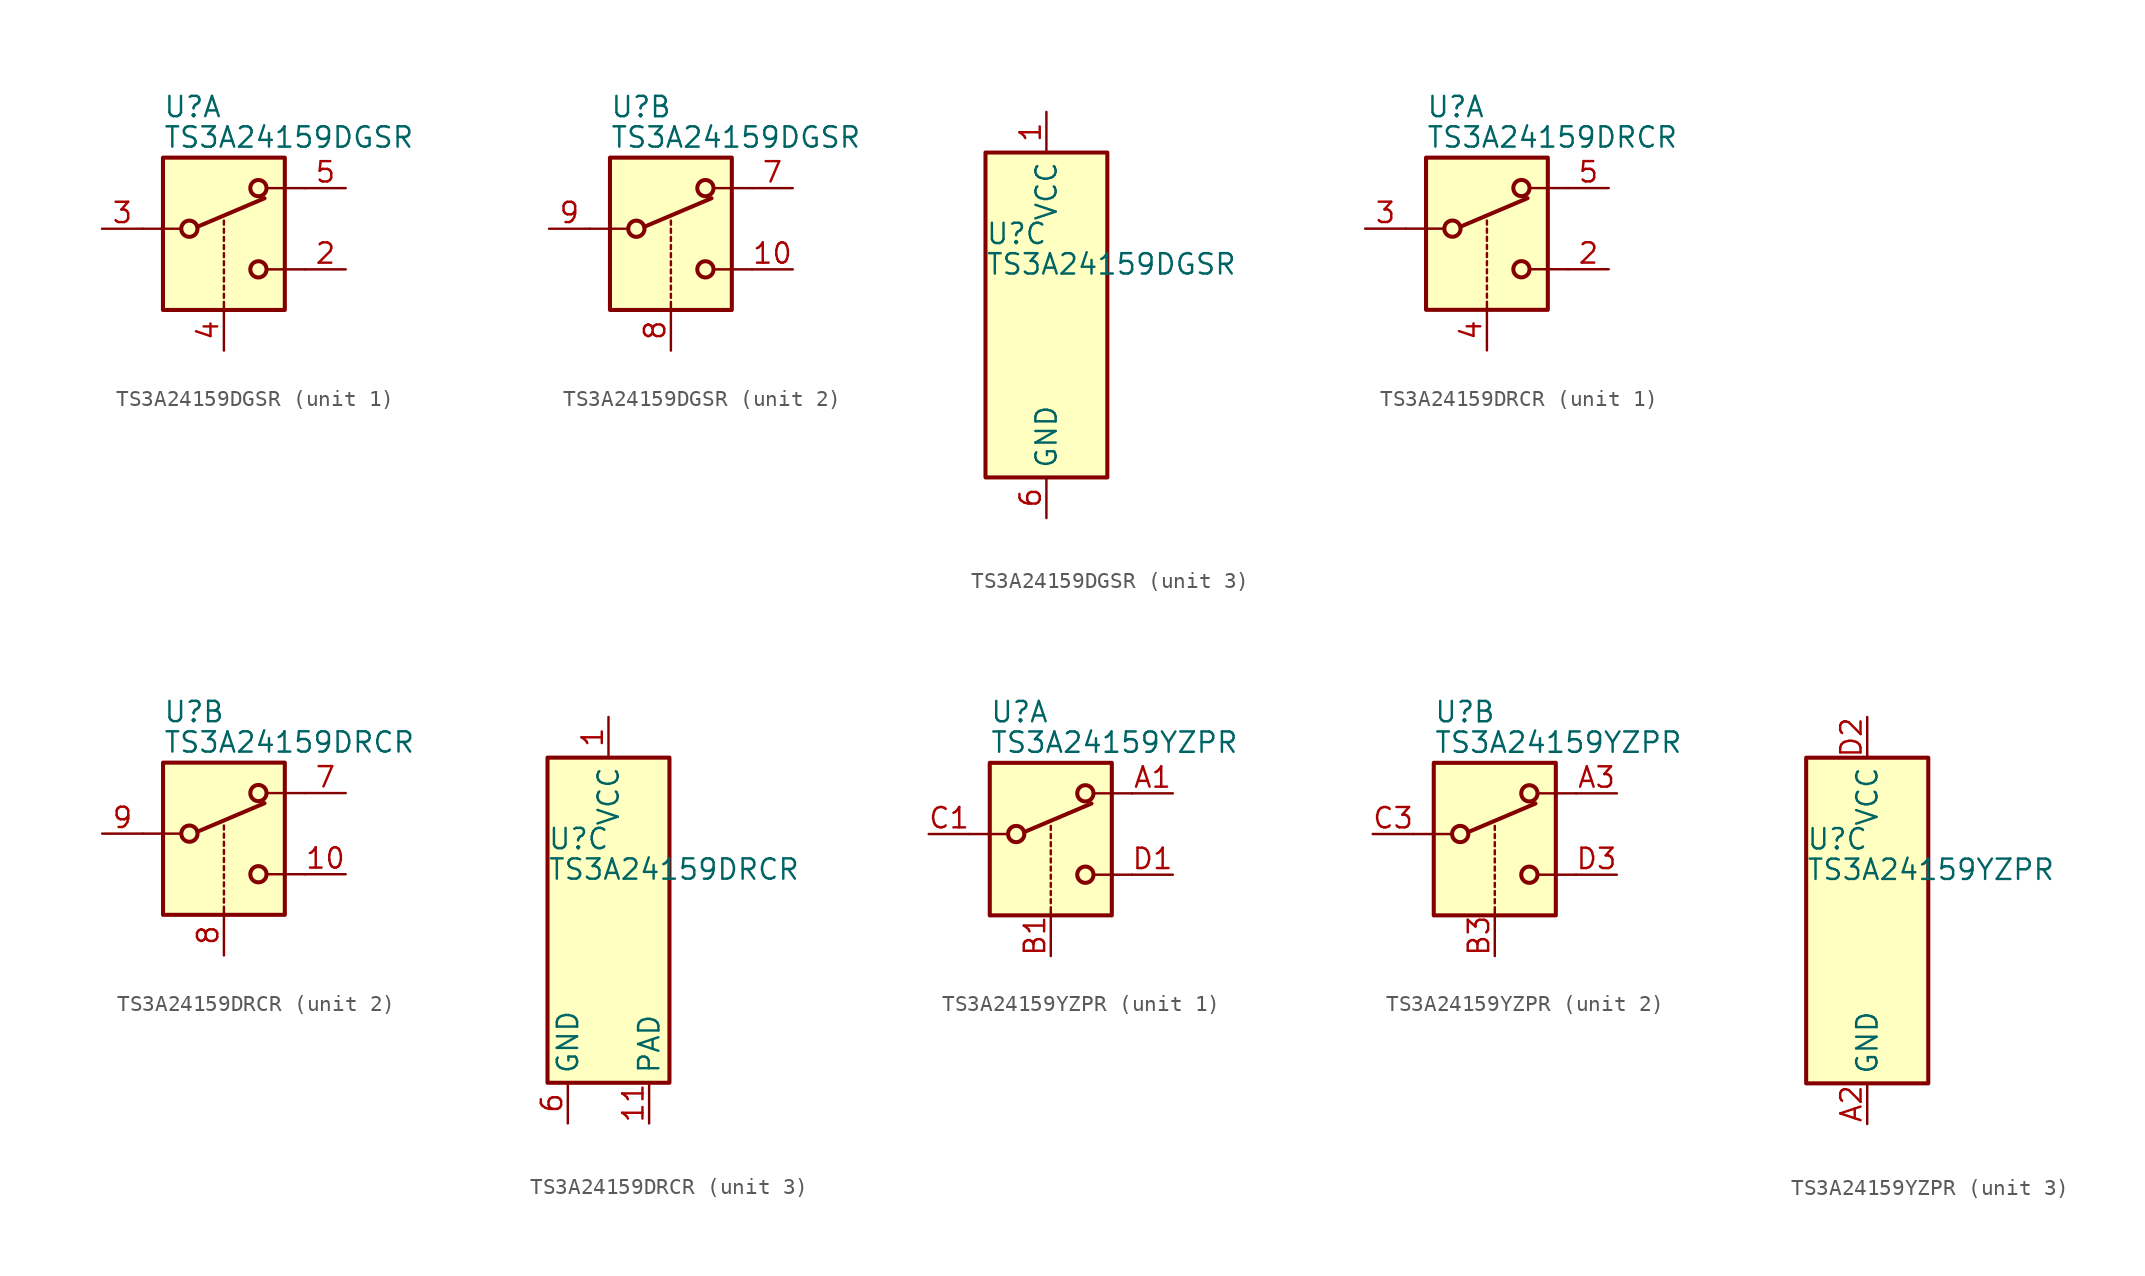
<source format=kicad_sym>
(kicad_symbol_lib
  (version 20201005)
  (generator kicad_symbol_editor)
  (symbol "Analog_Switch:TS3A24159DGSR"
    (property "Reference" "U"
      (at -3.81 5.08 0)
      (effects (font (size 1.27 1.27)) (justify left)))
    (property "Value" "TS3A24159DGSR"
      (at -3.81 3.175 0)
      (effects (font (size 1.27 1.27)) (justify left)))
    (property "ki_locked" ""
      (at 0 0 0)
      (effects (font (size 1.27 1.27))))
    (symbol "TS3A24159DGSR_1_1"
      (circle (center -2.159 -2.54) (radius 0.508) (stroke (width 0.254)) (fill (type none)))
      (circle (center 2.159 -5.08) (radius 0.508) (stroke (width 0.254)) (fill (type none)))
      (circle (center 2.159 0) (radius 0.508) (stroke (width 0.254)) (fill (type none)))
      (rectangle (start -3.81 1.905) (end 3.81 -7.62) (stroke (width 0.254)) (fill (type background)))
      (polyline (pts (xy -5.08 -2.54) (xy -2.794 -2.54)) (stroke (width 0)) (fill (type none)))
      (polyline (pts (xy -1.651 -2.413) (xy 2.54 -0.635)) (stroke (width 0.254)) (fill (type none)))
      (polyline (pts (xy 0 -7.62) (xy 0 -7.112)) (stroke (width 0)) (fill (type none)))
      (polyline (pts (xy 0 -6.858) (xy 0 -6.604)) (stroke (width 0)) (fill (type none)))
      (polyline (pts (xy 0 -6.35) (xy 0 -6.096)) (stroke (width 0)) (fill (type none)))
      (polyline (pts (xy 0 -5.842) (xy 0 -5.588)) (stroke (width 0)) (fill (type none)))
      (polyline (pts (xy 0 -5.334) (xy 0 -5.08)) (stroke (width 0)) (fill (type none)))
      (polyline (pts (xy 0 -4.826) (xy 0 -4.572)) (stroke (width 0)) (fill (type none)))
      (polyline (pts (xy 0 -4.318) (xy 0 -4.064)) (stroke (width 0)) (fill (type none)))
      (polyline (pts (xy 0 -3.81) (xy 0 -3.556)) (stroke (width 0)) (fill (type none)))
      (polyline (pts (xy 0 -3.302) (xy 0 -3.048)) (stroke (width 0)) (fill (type none)))
      (polyline (pts (xy 0 -2.794) (xy 0 -2.54)) (stroke (width 0)) (fill (type none)))
      (polyline (pts (xy 0 -2.286) (xy 0 -2.032)) (stroke (width 0)) (fill (type none)))
      (polyline (pts (xy 5.08 -5.08) (xy 2.794 -5.08)) (stroke (width 0)) (fill (type none)))
      (polyline (pts (xy 5.08 0) (xy 2.794 0)) (stroke (width 0)) (fill (type none)))
      (pin passive line (at 7.62 -5.08 180) (length 2.54) (name "~" (effects (font (size 1.27 1.27)))) (number "2" (effects (font (size 1.27 1.27)))))
      (pin passive line (at -7.62 -2.54 0) (length 2.54) (name "~" (effects (font (size 1.27 1.27)))) (number "3" (effects (font (size 1.27 1.27)))))
      (pin input line (at 0 -10.16 90) (length 2.54) (name "~" (effects (font (size 1.27 1.27)))) (number "4" (effects (font (size 1.27 1.27)))))
      (pin passive line (at 7.62 0 180) (length 2.54) (name "~" (effects (font (size 1.27 1.27)))) (number "5" (effects (font (size 1.27 1.27))))))
    (symbol "TS3A24159DGSR_2_1"
      (circle (center -2.159 -2.54) (radius 0.508) (stroke (width 0.254)) (fill (type none)))
      (circle (center 2.159 -5.08) (radius 0.508) (stroke (width 0.254)) (fill (type none)))
      (circle (center 2.159 0) (radius 0.508) (stroke (width 0.254)) (fill (type none)))
      (rectangle (start -3.81 1.905) (end 3.81 -7.62) (stroke (width 0.254)) (fill (type background)))
      (polyline (pts (xy -5.08 -2.54) (xy -2.794 -2.54)) (stroke (width 0)) (fill (type none)))
      (polyline (pts (xy -1.651 -2.413) (xy 2.54 -0.635)) (stroke (width 0.254)) (fill (type none)))
      (polyline (pts (xy 0 -7.62) (xy 0 -7.112)) (stroke (width 0)) (fill (type none)))
      (polyline (pts (xy 0 -6.858) (xy 0 -6.604)) (stroke (width 0)) (fill (type none)))
      (polyline (pts (xy 0 -6.35) (xy 0 -6.096)) (stroke (width 0)) (fill (type none)))
      (polyline (pts (xy 0 -5.842) (xy 0 -5.588)) (stroke (width 0)) (fill (type none)))
      (polyline (pts (xy 0 -5.334) (xy 0 -5.08)) (stroke (width 0)) (fill (type none)))
      (polyline (pts (xy 0 -4.826) (xy 0 -4.572)) (stroke (width 0)) (fill (type none)))
      (polyline (pts (xy 0 -4.318) (xy 0 -4.064)) (stroke (width 0)) (fill (type none)))
      (polyline (pts (xy 0 -3.81) (xy 0 -3.556)) (stroke (width 0)) (fill (type none)))
      (polyline (pts (xy 0 -3.302) (xy 0 -3.048)) (stroke (width 0)) (fill (type none)))
      (polyline (pts (xy 0 -2.794) (xy 0 -2.54)) (stroke (width 0)) (fill (type none)))
      (polyline (pts (xy 0 -2.286) (xy 0 -2.032)) (stroke (width 0)) (fill (type none)))
      (polyline (pts (xy 5.08 -5.08) (xy 2.794 -5.08)) (stroke (width 0)) (fill (type none)))
      (polyline (pts (xy 5.08 0) (xy 2.794 0)) (stroke (width 0)) (fill (type none)))
      (pin passive line (at 7.62 -5.08 180) (length 2.54) (name "~" (effects (font (size 1.27 1.27)))) (number "10" (effects (font (size 1.27 1.27)))))
      (pin passive line (at 7.62 0 180) (length 2.54) (name "~" (effects (font (size 1.27 1.27)))) (number "7" (effects (font (size 1.27 1.27)))))
      (pin input line (at 0 -10.16 90) (length 2.54) (name "~" (effects (font (size 1.27 1.27)))) (number "8" (effects (font (size 1.27 1.27)))))
      (pin passive line (at -7.62 -2.54 0) (length 2.54) (name "~" (effects (font (size 1.27 1.27)))) (number "9" (effects (font (size 1.27 1.27))))))
    (symbol "TS3A24159DGSR_3_1"
      (rectangle (start -3.81 10.16) (end 3.81 -10.16) (stroke (width 0.254)) (fill (type background)))
      (pin power_in line (at 0 12.7 270) (length 2.54) (name "VCC" (effects (font (size 1.27 1.27)))) (number "1" (effects (font (size 1.27 1.27)))))
      (pin power_in line (at 0 -12.7 90) (length 2.54) (name "GND" (effects (font (size 1.27 1.27)))) (number "6" (effects (font (size 1.27 1.27)))))))
  (symbol "Analog_Switch:TS3A24159DRCR"
    (property "Reference" "U"
      (at -3.81 5.08 0)
      (effects (font (size 1.27 1.27)) (justify left)))
    (property "Value" "TS3A24159DRCR"
      (at -3.81 3.175 0)
      (effects (font (size 1.27 1.27)) (justify left)))
    (property "ki_locked" ""
      (at 0 0 0)
      (effects (font (size 1.27 1.27))))
    (symbol "TS3A24159DRCR_1_1"
      (circle (center -2.159 -2.54) (radius 0.508) (stroke (width 0.254)) (fill (type none)))
      (circle (center 2.159 -5.08) (radius 0.508) (stroke (width 0.254)) (fill (type none)))
      (circle (center 2.159 0) (radius 0.508) (stroke (width 0.254)) (fill (type none)))
      (rectangle (start -3.81 1.905) (end 3.81 -7.62) (stroke (width 0.254)) (fill (type background)))
      (polyline (pts (xy -5.08 -2.54) (xy -2.794 -2.54)) (stroke (width 0)) (fill (type none)))
      (polyline (pts (xy -1.651 -2.413) (xy 2.54 -0.635)) (stroke (width 0.254)) (fill (type none)))
      (polyline (pts (xy 0 -7.62) (xy 0 -7.112)) (stroke (width 0)) (fill (type none)))
      (polyline (pts (xy 0 -6.858) (xy 0 -6.604)) (stroke (width 0)) (fill (type none)))
      (polyline (pts (xy 0 -6.35) (xy 0 -6.096)) (stroke (width 0)) (fill (type none)))
      (polyline (pts (xy 0 -5.842) (xy 0 -5.588)) (stroke (width 0)) (fill (type none)))
      (polyline (pts (xy 0 -5.334) (xy 0 -5.08)) (stroke (width 0)) (fill (type none)))
      (polyline (pts (xy 0 -4.826) (xy 0 -4.572)) (stroke (width 0)) (fill (type none)))
      (polyline (pts (xy 0 -4.318) (xy 0 -4.064)) (stroke (width 0)) (fill (type none)))
      (polyline (pts (xy 0 -3.81) (xy 0 -3.556)) (stroke (width 0)) (fill (type none)))
      (polyline (pts (xy 0 -3.302) (xy 0 -3.048)) (stroke (width 0)) (fill (type none)))
      (polyline (pts (xy 0 -2.794) (xy 0 -2.54)) (stroke (width 0)) (fill (type none)))
      (polyline (pts (xy 0 -2.286) (xy 0 -2.032)) (stroke (width 0)) (fill (type none)))
      (polyline (pts (xy 5.08 -5.08) (xy 2.794 -5.08)) (stroke (width 0)) (fill (type none)))
      (polyline (pts (xy 5.08 0) (xy 2.794 0)) (stroke (width 0)) (fill (type none)))
      (pin passive line (at 7.62 -5.08 180) (length 2.54) (name "~" (effects (font (size 1.27 1.27)))) (number "2" (effects (font (size 1.27 1.27)))))
      (pin passive line (at -7.62 -2.54 0) (length 2.54) (name "~" (effects (font (size 1.27 1.27)))) (number "3" (effects (font (size 1.27 1.27)))))
      (pin input line (at 0 -10.16 90) (length 2.54) (name "~" (effects (font (size 1.27 1.27)))) (number "4" (effects (font (size 1.27 1.27)))))
      (pin passive line (at 7.62 0 180) (length 2.54) (name "~" (effects (font (size 1.27 1.27)))) (number "5" (effects (font (size 1.27 1.27))))))
    (symbol "TS3A24159DRCR_2_1"
      (circle (center -2.159 -2.54) (radius 0.508) (stroke (width 0.254)) (fill (type none)))
      (circle (center 2.159 -5.08) (radius 0.508) (stroke (width 0.254)) (fill (type none)))
      (circle (center 2.159 0) (radius 0.508) (stroke (width 0.254)) (fill (type none)))
      (rectangle (start -3.81 1.905) (end 3.81 -7.62) (stroke (width 0.254)) (fill (type background)))
      (polyline (pts (xy -5.08 -2.54) (xy -2.794 -2.54)) (stroke (width 0)) (fill (type none)))
      (polyline (pts (xy -1.651 -2.413) (xy 2.54 -0.635)) (stroke (width 0.254)) (fill (type none)))
      (polyline (pts (xy 0 -7.62) (xy 0 -7.112)) (stroke (width 0)) (fill (type none)))
      (polyline (pts (xy 0 -6.858) (xy 0 -6.604)) (stroke (width 0)) (fill (type none)))
      (polyline (pts (xy 0 -6.35) (xy 0 -6.096)) (stroke (width 0)) (fill (type none)))
      (polyline (pts (xy 0 -5.842) (xy 0 -5.588)) (stroke (width 0)) (fill (type none)))
      (polyline (pts (xy 0 -5.334) (xy 0 -5.08)) (stroke (width 0)) (fill (type none)))
      (polyline (pts (xy 0 -4.826) (xy 0 -4.572)) (stroke (width 0)) (fill (type none)))
      (polyline (pts (xy 0 -4.318) (xy 0 -4.064)) (stroke (width 0)) (fill (type none)))
      (polyline (pts (xy 0 -3.81) (xy 0 -3.556)) (stroke (width 0)) (fill (type none)))
      (polyline (pts (xy 0 -3.302) (xy 0 -3.048)) (stroke (width 0)) (fill (type none)))
      (polyline (pts (xy 0 -2.794) (xy 0 -2.54)) (stroke (width 0)) (fill (type none)))
      (polyline (pts (xy 0 -2.286) (xy 0 -2.032)) (stroke (width 0)) (fill (type none)))
      (polyline (pts (xy 5.08 -5.08) (xy 2.794 -5.08)) (stroke (width 0)) (fill (type none)))
      (polyline (pts (xy 5.08 0) (xy 2.794 0)) (stroke (width 0)) (fill (type none)))
      (pin passive line (at 7.62 -5.08 180) (length 2.54) (name "~" (effects (font (size 1.27 1.27)))) (number "10" (effects (font (size 1.27 1.27)))))
      (pin passive line (at 7.62 0 180) (length 2.54) (name "~" (effects (font (size 1.27 1.27)))) (number "7" (effects (font (size 1.27 1.27)))))
      (pin input line (at 0 -10.16 90) (length 2.54) (name "~" (effects (font (size 1.27 1.27)))) (number "8" (effects (font (size 1.27 1.27)))))
      (pin passive line (at -7.62 -2.54 0) (length 2.54) (name "~" (effects (font (size 1.27 1.27)))) (number "9" (effects (font (size 1.27 1.27))))))
    (symbol "TS3A24159DRCR_3_1"
      (rectangle (start -3.81 10.16) (end 3.81 -10.16) (stroke (width 0.254)) (fill (type background)))
      (pin power_in line (at 0 12.7 270) (length 2.54) (name "VCC" (effects (font (size 1.27 1.27)))) (number "1" (effects (font (size 1.27 1.27)))))
      (pin passive line (at 2.54 -12.7 90) (length 2.54) (name "PAD" (effects (font (size 1.27 1.27)))) (number "11" (effects (font (size 1.27 1.27)))))
      (pin power_in line (at -2.54 -12.7 90) (length 2.54) (name "GND" (effects (font (size 1.27 1.27)))) (number "6" (effects (font (size 1.27 1.27)))))))
  (symbol "Analog_Switch:TS3A24159YZPR"
    (property "Reference" "U"
      (at -3.81 5.08 0)
      (effects (font (size 1.27 1.27)) (justify left)))
    (property "Value" "TS3A24159YZPR"
      (at -3.81 3.175 0)
      (effects (font (size 1.27 1.27)) (justify left)))
    (property "ki_locked" ""
      (at 0 0 0)
      (effects (font (size 1.27 1.27))))
    (symbol "TS3A24159YZPR_1_1"
      (circle (center -2.159 -2.54) (radius 0.508) (stroke (width 0.254)) (fill (type none)))
      (circle (center 2.159 -5.08) (radius 0.508) (stroke (width 0.254)) (fill (type none)))
      (circle (center 2.159 0) (radius 0.508) (stroke (width 0.254)) (fill (type none)))
      (rectangle (start -3.81 1.905) (end 3.81 -7.62) (stroke (width 0.254)) (fill (type background)))
      (polyline (pts (xy -5.08 -2.54) (xy -2.794 -2.54)) (stroke (width 0)) (fill (type none)))
      (polyline (pts (xy -1.651 -2.413) (xy 2.54 -0.635)) (stroke (width 0.254)) (fill (type none)))
      (polyline (pts (xy 0 -7.62) (xy 0 -7.112)) (stroke (width 0)) (fill (type none)))
      (polyline (pts (xy 0 -6.858) (xy 0 -6.604)) (stroke (width 0)) (fill (type none)))
      (polyline (pts (xy 0 -6.35) (xy 0 -6.096)) (stroke (width 0)) (fill (type none)))
      (polyline (pts (xy 0 -5.842) (xy 0 -5.588)) (stroke (width 0)) (fill (type none)))
      (polyline (pts (xy 0 -5.334) (xy 0 -5.08)) (stroke (width 0)) (fill (type none)))
      (polyline (pts (xy 0 -4.826) (xy 0 -4.572)) (stroke (width 0)) (fill (type none)))
      (polyline (pts (xy 0 -4.318) (xy 0 -4.064)) (stroke (width 0)) (fill (type none)))
      (polyline (pts (xy 0 -3.81) (xy 0 -3.556)) (stroke (width 0)) (fill (type none)))
      (polyline (pts (xy 0 -3.302) (xy 0 -3.048)) (stroke (width 0)) (fill (type none)))
      (polyline (pts (xy 0 -2.794) (xy 0 -2.54)) (stroke (width 0)) (fill (type none)))
      (polyline (pts (xy 0 -2.286) (xy 0 -2.032)) (stroke (width 0)) (fill (type none)))
      (polyline (pts (xy 5.08 -5.08) (xy 2.794 -5.08)) (stroke (width 0)) (fill (type none)))
      (polyline (pts (xy 5.08 0) (xy 2.794 0)) (stroke (width 0)) (fill (type none)))
      (pin passive line (at 7.62 0 180) (length 2.54) (name "~" (effects (font (size 1.27 1.27)))) (number "A1" (effects (font (size 1.27 1.27)))))
      (pin input line (at 0 -10.16 90) (length 2.54) (name "~" (effects (font (size 1.27 1.27)))) (number "B1" (effects (font (size 1.27 1.27)))))
      (pin passive line (at -7.62 -2.54 0) (length 2.54) (name "~" (effects (font (size 1.27 1.27)))) (number "C1" (effects (font (size 1.27 1.27)))))
      (pin passive line (at 7.62 -5.08 180) (length 2.54) (name "~" (effects (font (size 1.27 1.27)))) (number "D1" (effects (font (size 1.27 1.27))))))
    (symbol "TS3A24159YZPR_2_1"
      (circle (center -2.159 -2.54) (radius 0.508) (stroke (width 0.254)) (fill (type none)))
      (circle (center 2.159 -5.08) (radius 0.508) (stroke (width 0.254)) (fill (type none)))
      (circle (center 2.159 0) (radius 0.508) (stroke (width 0.254)) (fill (type none)))
      (rectangle (start -3.81 1.905) (end 3.81 -7.62) (stroke (width 0.254)) (fill (type background)))
      (polyline (pts (xy -5.08 -2.54) (xy -2.794 -2.54)) (stroke (width 0)) (fill (type none)))
      (polyline (pts (xy -1.651 -2.413) (xy 2.54 -0.635)) (stroke (width 0.254)) (fill (type none)))
      (polyline (pts (xy 0 -7.62) (xy 0 -7.112)) (stroke (width 0)) (fill (type none)))
      (polyline (pts (xy 0 -6.858) (xy 0 -6.604)) (stroke (width 0)) (fill (type none)))
      (polyline (pts (xy 0 -6.35) (xy 0 -6.096)) (stroke (width 0)) (fill (type none)))
      (polyline (pts (xy 0 -5.842) (xy 0 -5.588)) (stroke (width 0)) (fill (type none)))
      (polyline (pts (xy 0 -5.334) (xy 0 -5.08)) (stroke (width 0)) (fill (type none)))
      (polyline (pts (xy 0 -4.826) (xy 0 -4.572)) (stroke (width 0)) (fill (type none)))
      (polyline (pts (xy 0 -4.318) (xy 0 -4.064)) (stroke (width 0)) (fill (type none)))
      (polyline (pts (xy 0 -3.81) (xy 0 -3.556)) (stroke (width 0)) (fill (type none)))
      (polyline (pts (xy 0 -3.302) (xy 0 -3.048)) (stroke (width 0)) (fill (type none)))
      (polyline (pts (xy 0 -2.794) (xy 0 -2.54)) (stroke (width 0)) (fill (type none)))
      (polyline (pts (xy 0 -2.286) (xy 0 -2.032)) (stroke (width 0)) (fill (type none)))
      (polyline (pts (xy 5.08 -5.08) (xy 2.794 -5.08)) (stroke (width 0)) (fill (type none)))
      (polyline (pts (xy 5.08 0) (xy 2.794 0)) (stroke (width 0)) (fill (type none)))
      (pin passive line (at 7.62 0 180) (length 2.54) (name "~" (effects (font (size 1.27 1.27)))) (number "A3" (effects (font (size 1.27 1.27)))))
      (pin input line (at 0 -10.16 90) (length 2.54) (name "~" (effects (font (size 1.27 1.27)))) (number "B3" (effects (font (size 1.27 1.27)))))
      (pin passive line (at -7.62 -2.54 0) (length 2.54) (name "~" (effects (font (size 1.27 1.27)))) (number "C3" (effects (font (size 1.27 1.27)))))
      (pin passive line (at 7.62 -5.08 180) (length 2.54) (name "~" (effects (font (size 1.27 1.27)))) (number "D3" (effects (font (size 1.27 1.27))))))
    (symbol "TS3A24159YZPR_3_1"
      (rectangle (start -3.81 10.16) (end 3.81 -10.16) (stroke (width 0.254)) (fill (type background)))
      (pin power_in line (at 0 -12.7 90) (length 2.54) (name "GND" (effects (font (size 1.27 1.27)))) (number "A2" (effects (font (size 1.27 1.27)))))
      (pin power_in line (at 0 12.7 270) (length 2.54) (name "VCC" (effects (font (size 1.27 1.27)))) (number "D2" (effects (font (size 1.27 1.27))))))))
</source>
